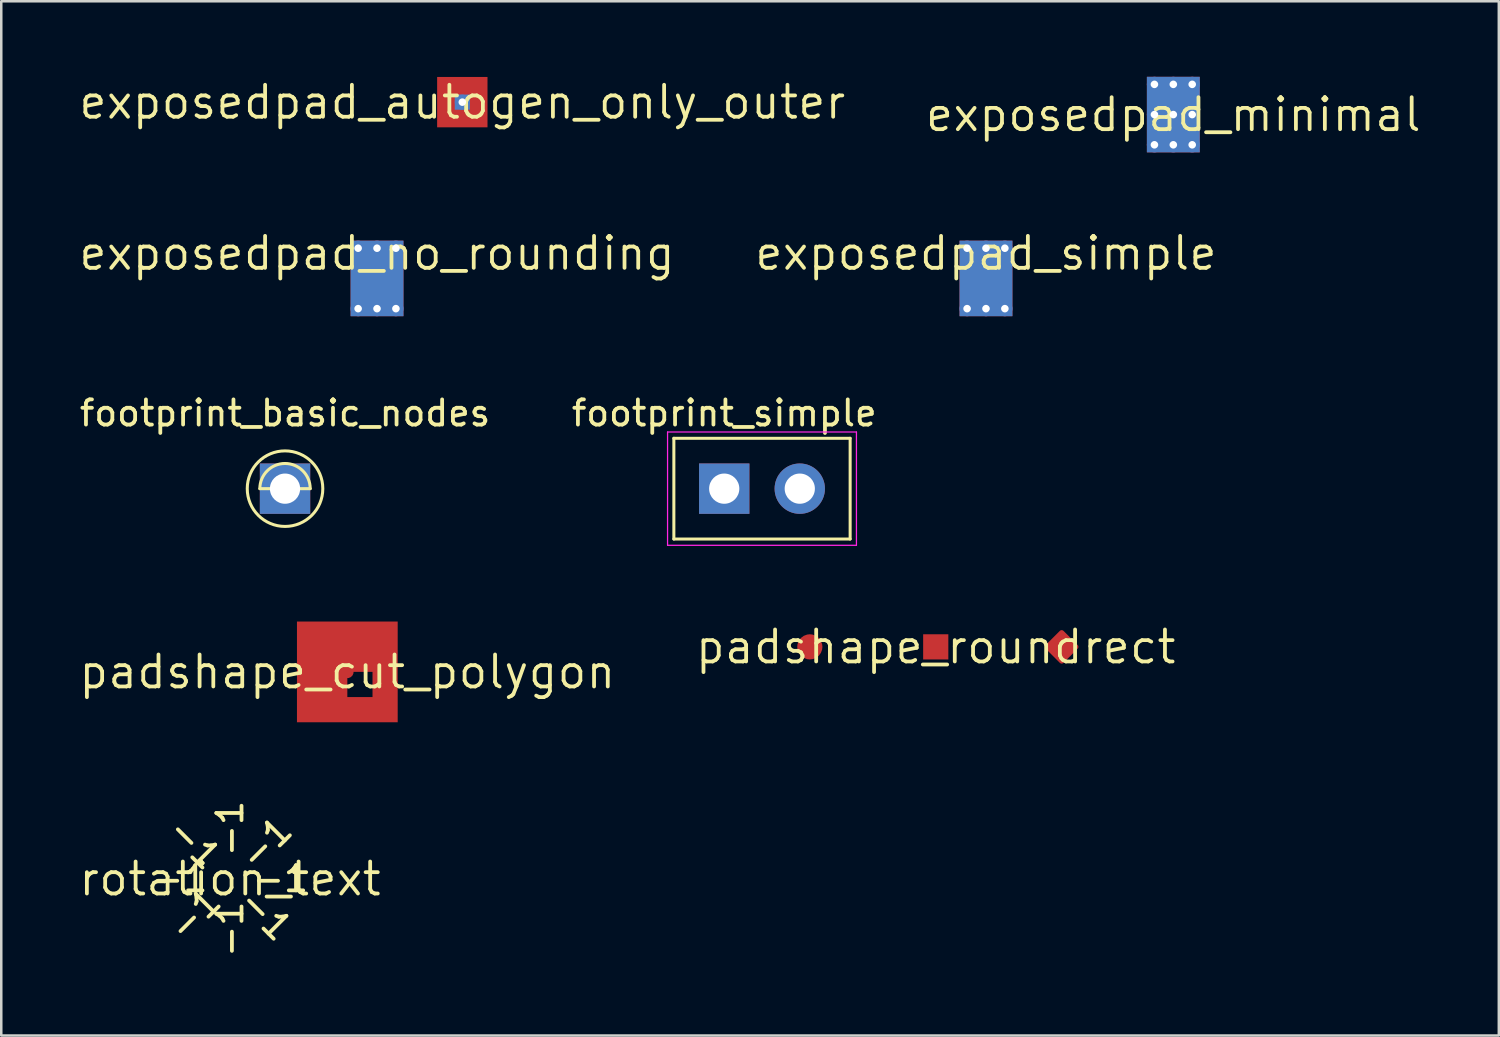
<source format=kicad_pcb>
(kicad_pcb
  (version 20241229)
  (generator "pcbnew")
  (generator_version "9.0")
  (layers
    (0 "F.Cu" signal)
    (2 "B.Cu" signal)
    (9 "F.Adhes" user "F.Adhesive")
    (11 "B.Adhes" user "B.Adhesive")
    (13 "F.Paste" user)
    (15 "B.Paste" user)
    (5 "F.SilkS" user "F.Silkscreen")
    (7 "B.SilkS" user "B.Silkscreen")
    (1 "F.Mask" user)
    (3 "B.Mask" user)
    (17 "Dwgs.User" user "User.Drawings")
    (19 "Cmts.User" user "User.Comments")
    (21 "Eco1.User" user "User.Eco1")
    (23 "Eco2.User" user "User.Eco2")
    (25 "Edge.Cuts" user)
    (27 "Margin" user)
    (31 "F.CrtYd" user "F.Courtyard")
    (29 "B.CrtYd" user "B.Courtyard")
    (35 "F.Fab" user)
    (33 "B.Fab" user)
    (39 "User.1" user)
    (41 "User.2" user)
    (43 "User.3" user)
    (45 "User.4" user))
  (footprint "rotation_text"
    (layer "F.Cu")
    (at 6.085 31.85)
    (property "Reference" "rotation_text" (at 0 0 0) (layer "F.SilkS") (effects (font (size 1.27 1.27) (thickness 0.15))))
    (attr smd)
    (fp_text user "-1" (at 0 -2 90) (layer "F.SilkS") (effects (font (size 1 1) (thickness 0.15))))
    (fp_text user "-1" (at -1.414 -1.414 135) (layer "F.SilkS") (effects (font (size 1 1) (thickness 0.15))))
    (fp_text user "-1" (at -2 0 180) (layer "F.SilkS") (effects (font (size 1 1) (thickness 0.15))))
    (fp_text user "-1" (at 2 0 0) (layer "F.SilkS") (effects (font (size 1 1) (thickness 0.15))))
    (fp_text user "-1" (at 0 2 270) (layer "F.SilkS") (effects (font (size 1 1) (thickness 0.15))))
    (fp_text user "-1" (at 1.414 1.414 315) (layer "F.SilkS") (effects (font (size 1 1) (thickness 0.15))))
    (fp_text user "-1" (at 1.414 -1.414 45) (layer "F.SilkS") (effects (font (size 1 1) (thickness 0.15))))
    (fp_text user "-1" (at -1.414 1.414 225) (layer "F.SilkS") (effects (font (size 1 1) (thickness 0.15)))))
  (footprint "footprint_simple"
    (layer "F.Cu")
    (at 25.708 16.354)
    (property "Reference" "footprint_simple" (at 0 -3 0) (layer "F.SilkS") (effects (font (size 1 1) (thickness 0.15))))
    (attr smd)
    (fp_line (start -2 -2) (end -2 2) (stroke (width 0.12) (type solid)) (layer "F.SilkS"))
    (fp_line (start -2 2) (end 5 2) (stroke (width 0.12) (type solid)) (layer "F.SilkS"))
    (fp_line (start 5 -2) (end -2 -2) (stroke (width 0.12) (type solid)) (layer "F.SilkS"))
    (fp_line (start 5 2) (end 5 -2) (stroke (width 0.12) (type solid)) (layer "F.SilkS"))
    (fp_line (start -2.25 -2.25) (end -2.25 2.25) (stroke (width 0.05) (type solid)) (layer "F.CrtYd"))
    (fp_line (start -2.25 2.25) (end 5.25 2.25) (stroke (width 0.05) (type solid)) (layer "F.CrtYd"))
    (fp_line (start 5.25 -2.25) (end -2.25 -2.25) (stroke (width 0.05) (type solid)) (layer "F.CrtYd"))
    (fp_line (start 5.25 2.25) (end 5.25 -2.25) (stroke (width 0.05) (type solid)) (layer "F.CrtYd"))
    (pad "1" thru_hole rect (at 0 0) (size 2 2) (drill 1.2) (layers "*.Cu" "*.Mask"))
    (pad "2" thru_hole circle (at 3 0) (size 2 2) (drill 1.2) (layers "*.Cu" "*.Mask")))
  (footprint "exposedpad_autogen_only_outer"
    (layer "F.Cu")
    (at 15.308 1.006)
    (property "Reference" "exposedpad_autogen_only_outer" (at 0 0 0) (layer "F.SilkS") (effects (font (size 1.27 1.27) (thickness 0.15))))
    (attr smd)
    (pad "" smd custom (at -0.5 -0.5) (size 0.743 0.743) (layers "F.Paste") (options (anchor circle)) (primitives (gr_poly (pts (xy -0.403 -0.403) (xy 0.403 -0.403) (xy 0.403 0.314) (xy 0.314 0.403) (xy -0.403 0.403)) (width 0) (fill yes))))
    (pad "" smd custom (at -0.5 0.5) (size 0.743 0.743) (layers "F.Paste") (options (anchor circle)) (primitives (gr_poly (pts (xy -0.403 -0.403) (xy 0.314 -0.403) (xy 0.403 -0.314) (xy 0.403 0.403) (xy -0.403 0.403)) (width 0) (fill yes))))
    (pad "" smd custom (at 0.5 -0.5) (size 0.743 0.743) (layers "F.Paste") (options (anchor circle)) (primitives (gr_poly (pts (xy -0.403 -0.403) (xy 0.403 -0.403) (xy 0.403 0.403) (xy -0.314 0.403) (xy -0.403 0.314)) (width 0) (fill yes))))
    (pad "" smd custom (at 0.5 0.5) (size 0.743 0.743) (layers "F.Paste") (options (anchor circle)) (primitives (gr_poly (pts (xy -0.403 -0.314) (xy -0.314 -0.403) (xy 0.403 -0.403) (xy 0.403 0.403) (xy -0.403 0.403)) (width 0) (fill yes))))
    (pad "3" thru_hole circle (at 0 0) (size 0.6 0.6) (drill 0.3) (property pad_prop_heatsink) (layers "*.Cu"))
    (pad "3" smd rect (at 0 0) (size 0.6 0.6) (property pad_prop_heatsink) (layers "B.Cu"))
    (pad "3" smd rect (at 0 0) (size 2 2) (property pad_prop_heatsink) (layers "F.Cu" "F.Mask")))
  (footprint "exposedpad_minimal"
    (layer "F.Cu")
    (at 43.541 1.5)
    (property "Reference" "exposedpad_minimal" (at 0 0 0) (layer "F.SilkS") (effects (font (size 1.27 1.27) (thickness 0.15))))
    (attr smd)
    (pad "" smd rect (at -0.525 -0.75) (size 0.85 1.21) (layers "F.Paste"))
    (pad "" smd rect (at -0.525 0.75) (size 0.85 1.21) (layers "F.Paste"))
    (pad "" smd rect (at 0.525 -0.75) (size 0.85 1.21) (layers "F.Paste"))
    (pad "" smd rect (at 0.525 0.75) (size 0.85 1.21) (layers "F.Paste"))
    (pad "3" thru_hole circle (at -0.75 -1.2) (size 0.6 0.6) (drill 0.3) (property pad_prop_heatsink) (layers "*.Cu"))
    (pad "3" thru_hole circle (at -0.75 0) (size 0.6 0.6) (drill 0.3) (property pad_prop_heatsink) (layers "*.Cu"))
    (pad "3" thru_hole circle (at -0.75 1.2) (size 0.6 0.6) (drill 0.3) (property pad_prop_heatsink) (layers "*.Cu"))
    (pad "3" thru_hole circle (at 0 -1.2) (size 0.6 0.6) (drill 0.3) (property pad_prop_heatsink) (layers "*.Cu"))
    (pad "3" thru_hole circle (at 0 0) (size 0.6 0.6) (drill 0.3) (property pad_prop_heatsink) (layers "*.Cu"))
    (pad "3" smd rect (at 0 0) (size 2.1 3) (property pad_prop_heatsink) (layers "F.Cu" "F.Mask"))
    (pad "3" smd rect (at 0 0) (size 2.1 3) (property pad_prop_heatsink) (layers "B.Cu"))
    (pad "3" thru_hole circle (at 0 1.2) (size 0.6 0.6) (drill 0.3) (property pad_prop_heatsink) (layers "*.Cu"))
    (pad "3" thru_hole circle (at 0.75 -1.2) (size 0.6 0.6) (drill 0.3) (property pad_prop_heatsink) (layers "*.Cu"))
    (pad "3" thru_hole circle (at 0.75 0) (size 0.6 0.6) (drill 0.3) (property pad_prop_heatsink) (layers "*.Cu"))
    (pad "3" thru_hole circle (at 0.75 1.2) (size 0.6 0.6) (drill 0.3) (property pad_prop_heatsink) (layers "*.Cu")))
  (footprint "padshape_roundrect"
    (layer "F.Cu")
    (at 34.107 22.636)
    (property "Reference" "padshape_roundrect" (at 0 0 0) (layer "F.SilkS") (effects (font (size 1.27 1.27) (thickness 0.15))))
    (attr smd)
    (pad "1" smd rect (at 0 0) (size 1 1) (layers "F.Cu" "F.Mask" "F.Paste"))
    (pad "2" smd roundrect (at -5 0) (size 1 1) (layers "F.Cu" "F.Mask" "F.Paste") (roundrect_rratio 0.5))
    (pad "3" smd roundrect (at 5 0 45) (size 1 1) (layers "F.Cu" "F.Mask" "F.Paste") (roundrect_rratio 0.1)))
  (footprint "exposedpad_simple"
    (layer "F.Cu")
    (at 36.102 7.006)
    (property "Reference" "exposedpad_simple" (at 0 0 0) (layer "F.SilkS") (effects (font (size 1.27 1.27) (thickness 0.15))))
    (attr smd)
    (pad "" smd rect (at -0.525 0.3) (size 0.85 0.56) (layers "F.Paste"))
    (pad "" smd rect (at -0.525 1) (size 0.85 0.56) (layers "F.Paste"))
    (pad "" smd rect (at -0.525 1.7) (size 0.85 0.56) (layers "F.Paste"))
    (pad "" smd rect (at 0 1) (size 2.1 2.1) (layers "F.Mask"))
    (pad "" smd rect (at 0.525 0.3) (size 0.85 0.56) (layers "F.Paste"))
    (pad "" smd rect (at 0.525 1) (size 0.85 0.56) (layers "F.Paste"))
    (pad "" smd rect (at 0.525 1.7) (size 0.85 0.56) (layers "F.Paste"))
    (pad "3" thru_hole circle (at -0.75 -0.2) (size 0.6 0.6) (drill 0.3) (property pad_prop_heatsink) (layers "*.Cu"))
    (pad "3" thru_hole circle (at -0.75 2.2) (size 0.6 0.6) (drill 0.3) (property pad_prop_heatsink) (layers "*.Cu"))
    (pad "3" thru_hole circle (at 0 -0.2) (size 0.6 0.6) (drill 0.3) (property pad_prop_heatsink) (layers "*.Cu"))
    (pad "3" smd rect (at 0 1) (size 2.1 3) (property pad_prop_heatsink) (layers "F.Cu"))
    (pad "3" smd rect (at 0 1) (size 2.1 3) (property pad_prop_heatsink) (layers "B.Cu"))
    (pad "3" thru_hole circle (at 0 2.2) (size 0.6 0.6) (drill 0.3) (property pad_prop_heatsink) (layers "*.Cu"))
    (pad "3" thru_hole circle (at 0.75 -0.2) (size 0.6 0.6) (drill 0.3) (property pad_prop_heatsink) (layers "*.Cu"))
    (pad "3" thru_hole circle (at 0.75 2.2) (size 0.6 0.6) (drill 0.3) (property pad_prop_heatsink) (layers "*.Cu")))
  (footprint "exposedpad_no_rounding"
    (layer "F.Cu")
    (at 11.921 7.006)
    (property "Reference" "exposedpad_no_rounding" (at 0 0 0) (layer "F.SilkS") (effects (font (size 1.27 1.27) (thickness 0.15))))
    (attr smd)
    (pad "" smd rect (at -0.525 0.3) (size 0.847 0.564) (layers "F.Paste"))
    (pad "" smd rect (at -0.525 1) (size 0.847 0.564) (layers "F.Paste"))
    (pad "" smd rect (at -0.525 1.7) (size 0.847 0.564) (layers "F.Paste"))
    (pad "" smd rect (at 0 1) (size 2.1 2.1) (layers "F.Mask"))
    (pad "" smd rect (at 0.525 0.3) (size 0.847 0.564) (layers "F.Paste"))
    (pad "" smd rect (at 0.525 1) (size 0.847 0.564) (layers "F.Paste"))
    (pad "" smd rect (at 0.525 1.7) (size 0.847 0.564) (layers "F.Paste"))
    (pad "3" thru_hole circle (at -0.75 -0.2) (size 0.6 0.6) (drill 0.3) (property pad_prop_heatsink) (layers "*.Cu"))
    (pad "3" thru_hole circle (at -0.75 2.2) (size 0.6 0.6) (drill 0.3) (property pad_prop_heatsink) (layers "*.Cu"))
    (pad "3" thru_hole circle (at 0 -0.2) (size 0.6 0.6) (drill 0.3) (property pad_prop_heatsink) (layers "*.Cu"))
    (pad "3" smd rect (at 0 1) (size 2.1 3) (property pad_prop_heatsink) (layers "F.Cu"))
    (pad "3" smd rect (at 0 1) (size 2.1 3) (property pad_prop_heatsink) (layers "B.Cu"))
    (pad "3" thru_hole circle (at 0 2.2) (size 0.6 0.6) (drill 0.3) (property pad_prop_heatsink) (layers "*.Cu"))
    (pad "3" thru_hole circle (at 0.75 -0.2) (size 0.6 0.6) (drill 0.3) (property pad_prop_heatsink) (layers "*.Cu"))
    (pad "3" thru_hole circle (at 0.75 2.2) (size 0.6 0.6) (drill 0.3) (property pad_prop_heatsink) (layers "*.Cu")))
  (footprint "padshape_cut_polygon"
    (layer "F.Cu")
    (at 10.742 23.629)
    (property "Reference" "padshape_cut_polygon" (at 0 0 0) (layer "F.SilkS") (effects (font (size 1.27 1.27) (thickness 0.15))))
    (attr smd)
    (pad "1" smd custom (at 0 0) (size 0.5 0.5) (layers "F.Cu" "F.Mask" "F.Paste") (options (anchor circle)) (primitives (gr_poly (pts (xy -2 -2) (xy 2 -2) (xy 2 2) (xy 1 1) (xy 1 0) (xy 0 0) (xy 0 1) (xy 1 1) (xy 2 2) (xy -2 2)) (width 0) (fill yes)))))
  (footprint "footprint_basic_nodes"
    (layer "F.Cu")
    (at 8.268 16.354)
    (property "Reference" "footprint_basic_nodes" (at 0 -3 0) (layer "F.SilkS") (effects (font (size 1 1) (thickness 0.15))))
    (attr smd)
    (fp_line (start 1 0) (end -1 0) (stroke (width 0.12) (type solid)) (layer "F.SilkS"))
    (fp_arc (start -1 0) (mid 0 -1) (end 1 0) (stroke (width 0.12) (type solid)) (layer "F.SilkS"))
    (fp_circle (center 0 0) (end 1.5 0) (stroke (width 0.12) (type solid)) (fill no) (layer "F.SilkS"))
    (pad "1" thru_hole rect (at 0 0) (size 2 2) (drill 1.2) (layers "*.Cu" "*.Mask")))
  (gr_rect
    (start -3 -3)
    (end 56.466 38.07)
    (stroke (width 0.1) (type default))
    (fill no)
    (layer "Edge.Cuts")))
</source>
